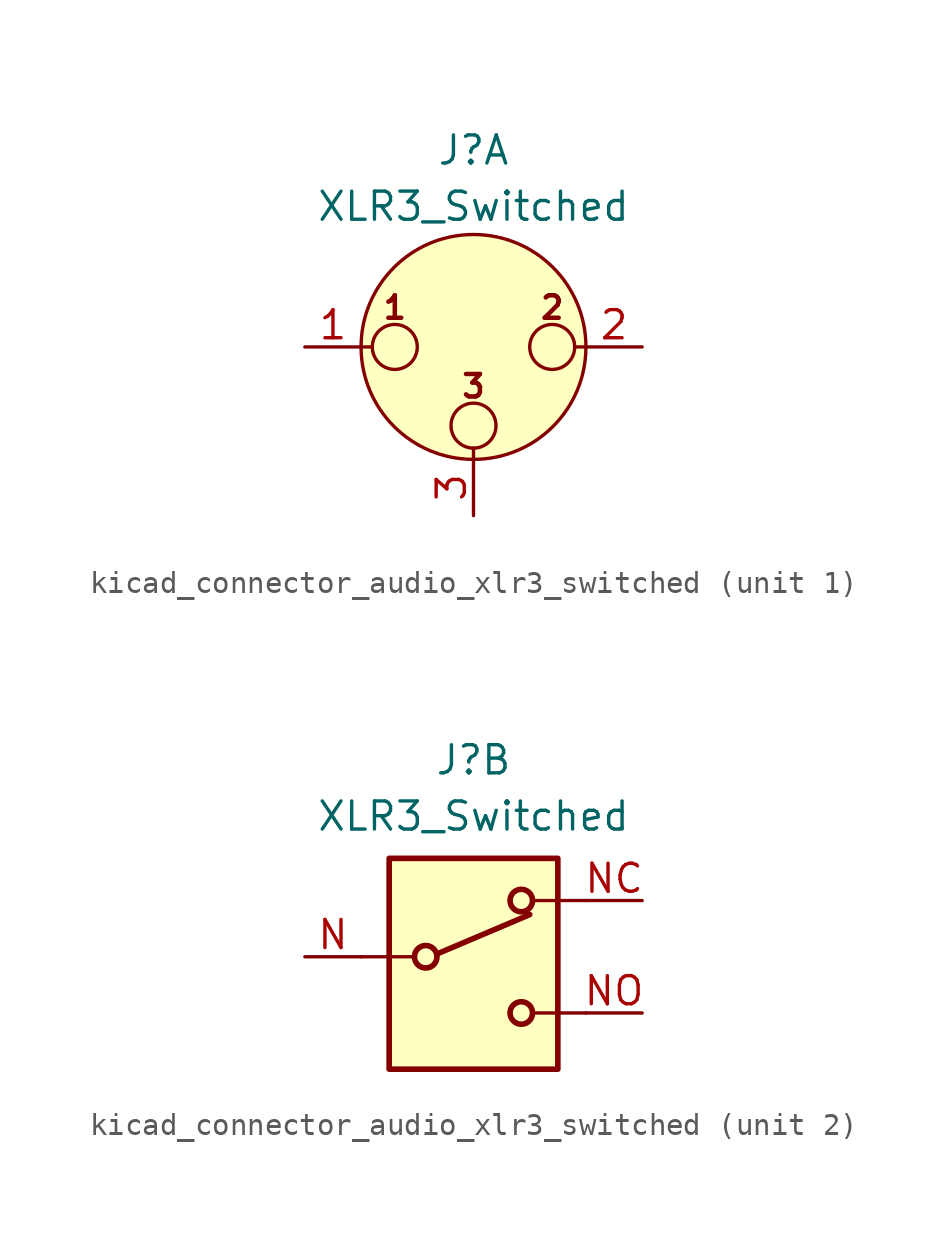
<source format=kicad_sym>
(kicad_symbol_lib
  (version 20220914)
  (generator kicad_symbol_editor)
  (symbol "kicad_connector_audio_xlr3_switched"
    (pin_names hide)
    (property "Reference" "J"
      (at 0 8.89 0)
      (effects (font (size 1.27 1.27))))
    (property "Value" "XLR3_Switched"
      (at 0 6.35 0)
      (effects (font (size 1.27 1.27))))
    (symbol "kicad_connector_audio_xlr3_switched_1_1"
      (circle (center -3.556 0) (radius 1.016) (stroke (width 0) (type default)) (fill (type none)))
      (circle (center 0 -3.556) (radius 1.016) (stroke (width 0) (type default)) (fill (type none)))
      (polyline (pts (xy -5.08 0) (xy -4.572 0)) (stroke (width 0) (type default)) (fill (type none)))
      (polyline (pts (xy 0 -5.08) (xy 0 -4.572)) (stroke (width 0) (type default)) (fill (type none)))
      (polyline (pts (xy 5.08 0) (xy 4.572 0)) (stroke (width 0) (type default)) (fill (type none)))
      (circle (center 0 0) (radius 5.08) (stroke (width 0) (type default)) (fill (type background)))
      (circle (center 3.556 0) (radius 1.016) (stroke (width 0) (type default)) (fill (type none)))
      (text "1" (at -3.556 1.778 0) (effects (font (size 1.016 1.016) bold)))
      (text "2" (at 3.556 1.778 0) (effects (font (size 1.016 1.016) bold)))
      (text "3" (at 0 -1.778 0) (effects (font (size 1.016 1.016) bold)))
      (pin passive line (at -7.62 0 0) (length 2.54) (name "~" (effects (font (size 1.27 1.27)))) (number "1" (effects (font (size 1.27 1.27)))))
      (pin passive line (at 7.62 0 180) (length 2.54) (name "~" (effects (font (size 1.27 1.27)))) (number "2" (effects (font (size 1.27 1.27)))))
      (pin passive line (at 0 -7.62 90) (length 2.54) (name "~" (effects (font (size 1.27 1.27)))) (number "3" (effects (font (size 1.27 1.27))))))
    (symbol "kicad_connector_audio_xlr3_switched_2_1"
      (rectangle (start -3.81 4.445) (end 3.81 -5.08) (stroke (width 0.254) (type default)) (fill (type background)))
      (circle (center -2.159 0) (radius 0.508) (stroke (width 0.254) (type default)) (fill (type none)))
      (polyline (pts (xy -5.08 0) (xy -2.794 0)) (stroke (width 0) (type default)) (fill (type none)))
      (polyline (pts (xy -1.651 0.127) (xy 2.54 1.905)) (stroke (width 0.254) (type default)) (fill (type none)))
      (polyline (pts (xy 5.08 -2.54) (xy 2.794 -2.54)) (stroke (width 0) (type default)) (fill (type none)))
      (polyline (pts (xy 5.08 2.54) (xy 2.794 2.54)) (stroke (width 0) (type default)) (fill (type none)))
      (circle (center 2.159 -2.54) (radius 0.508) (stroke (width 0.254) (type default)) (fill (type none)))
      (circle (center 2.159 2.54) (radius 0.508) (stroke (width 0.254) (type default)) (fill (type none)))
      (pin passive line (at -7.62 0 0) (length 2.54) (name "~" (effects (font (size 1.27 1.27)))) (number "N" (effects (font (size 1.27 1.27)))))
      (pin passive line (at 7.62 2.54 180) (length 2.54) (name "~" (effects (font (size 1.27 1.27)))) (number "NC" (effects (font (size 1.27 1.27)))))
      (pin passive line (at 7.62 -2.54 180) (length 2.54) (name "~" (effects (font (size 1.27 1.27)))) (number "NO" (effects (font (size 1.27 1.27))))))))
</source>
